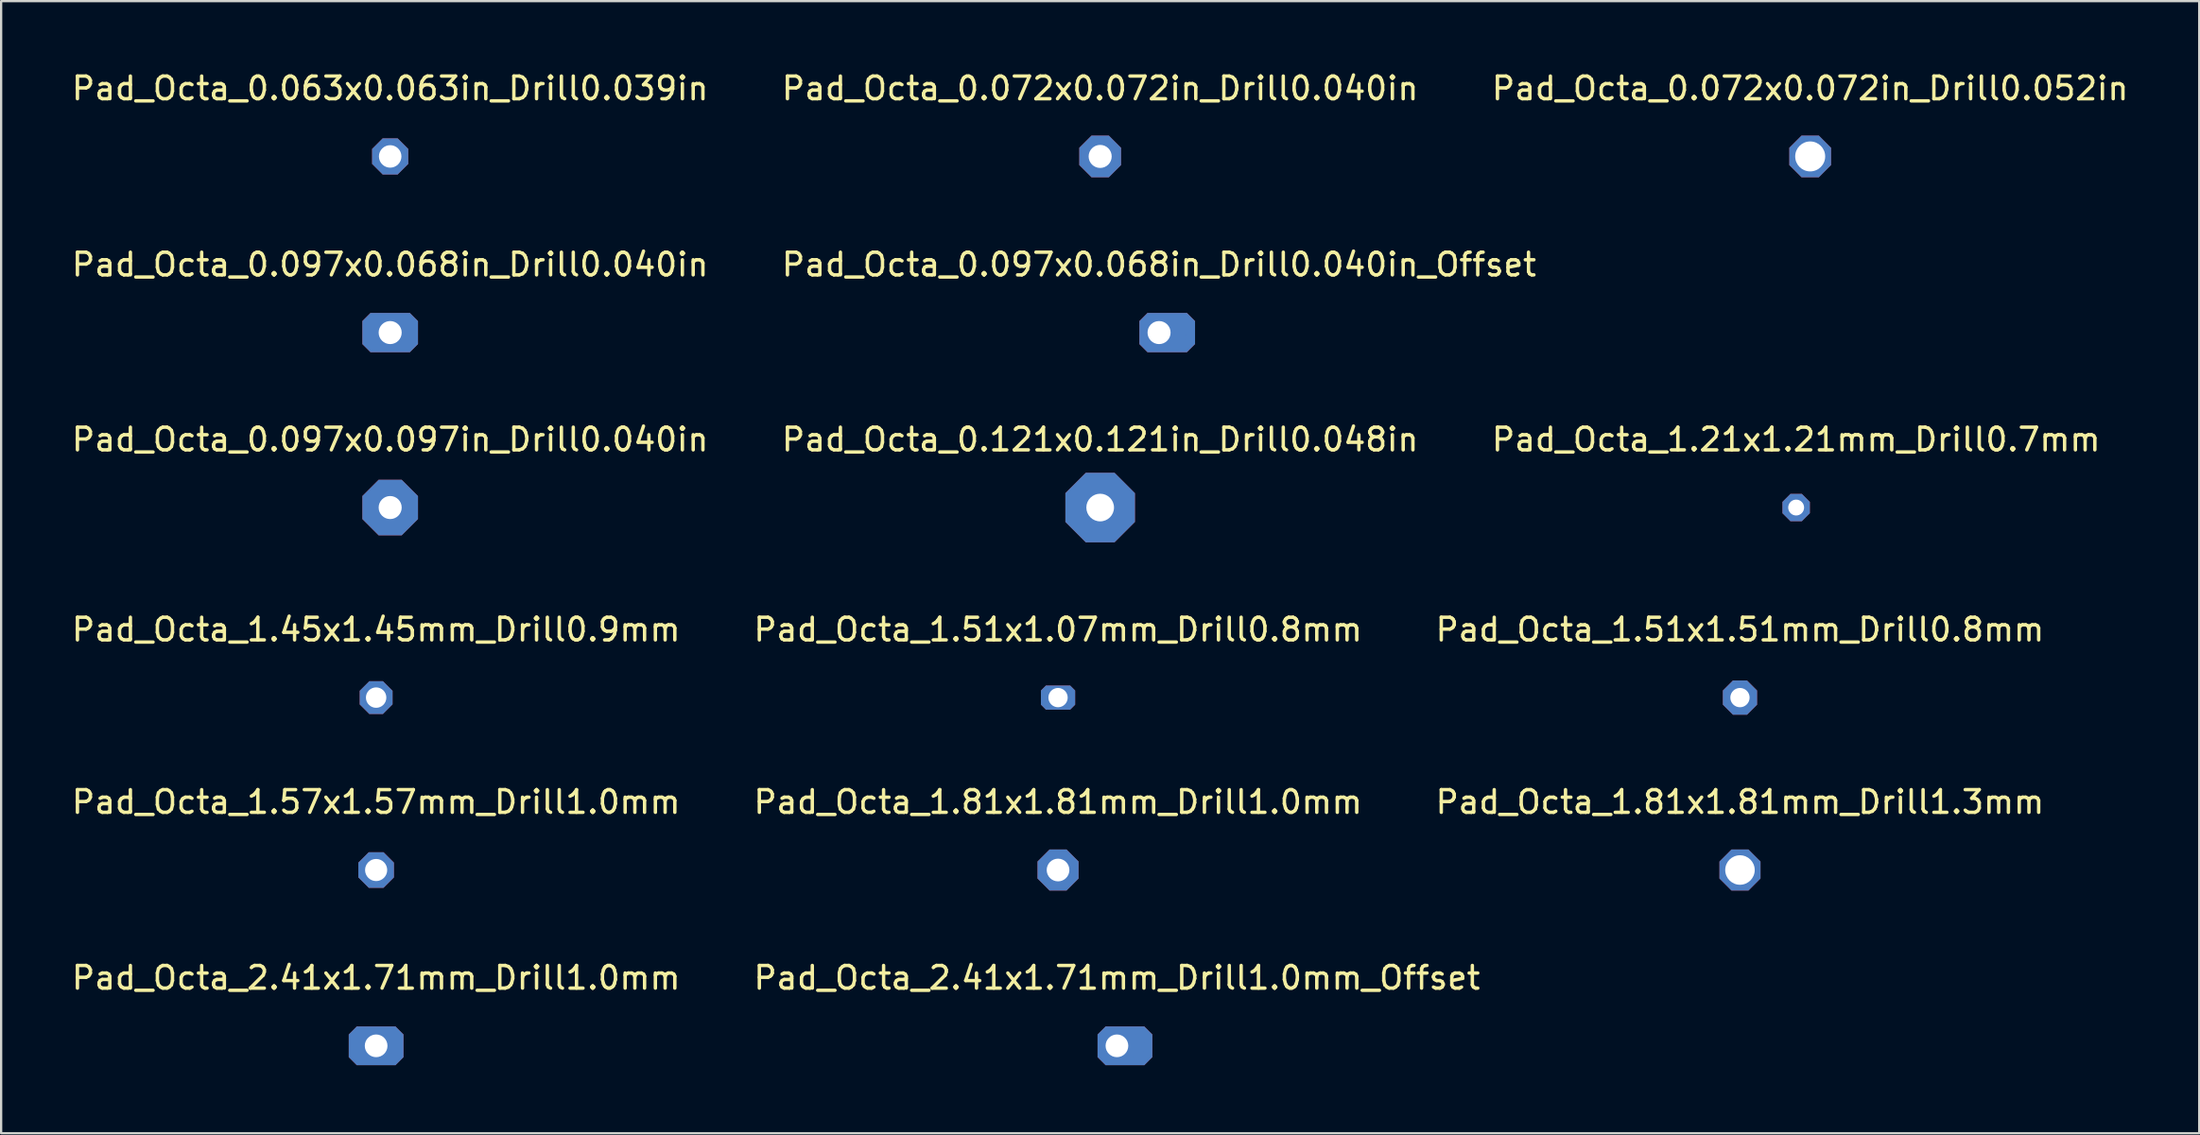
<source format=kicad_pcb>
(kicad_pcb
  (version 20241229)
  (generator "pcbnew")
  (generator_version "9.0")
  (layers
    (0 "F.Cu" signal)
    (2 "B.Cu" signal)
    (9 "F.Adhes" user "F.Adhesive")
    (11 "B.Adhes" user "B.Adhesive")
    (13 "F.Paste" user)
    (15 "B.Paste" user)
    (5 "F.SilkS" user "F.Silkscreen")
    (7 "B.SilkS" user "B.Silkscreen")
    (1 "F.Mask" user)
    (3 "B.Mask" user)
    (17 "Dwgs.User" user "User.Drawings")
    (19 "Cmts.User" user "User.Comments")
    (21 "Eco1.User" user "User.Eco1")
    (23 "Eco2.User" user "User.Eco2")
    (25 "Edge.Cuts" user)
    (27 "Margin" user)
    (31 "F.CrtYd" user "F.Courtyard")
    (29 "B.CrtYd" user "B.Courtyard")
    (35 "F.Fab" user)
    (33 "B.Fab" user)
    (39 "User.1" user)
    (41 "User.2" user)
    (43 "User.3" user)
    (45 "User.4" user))
  (footprint "Pad_Octa_0.097x0.068in_Drill0.040in_Offset"
    (layer "F.Cu")
    (at 48.042 11.616)
    (property "Reference" "Pad_Octa_0.097x0.068in_Drill0.040in_Offset" (at 0 -3 0) (layer "F.SilkS") (effects (font (size 1 1) (thickness 0.15))))
    (attr exclude_from_pos_files exclude_from_bom)
    (pad "1" thru_hole custom (at 0 0) (size 1.734 1.734) (drill 1.016) (layers "*.Cu" "*.Mask") (options (anchor circle)) (primitives (gr_poly (pts (xy 1.586 0.508) (xy 1.226 0.867) (xy -0.508 0.867) (xy -0.867 0.508) (xy -0.867 -0.508) (xy -0.508 -0.867) (xy 1.226 -0.867) (xy 1.586 -0.508)) (width 0) (fill yes))))
    (pad "1" connect circle (at 0.359 0) (size 1.016 1.016) (layers "F.Cu"))
    (pad "1" connect circle (at 0.359 0) (size 1.016 1.016) (layers "B.Cu"))
    (pad "1" connect circle (at 0.718 0) (size 1.016 1.016) (layers "F.Cu"))
    (pad "1" connect circle (at 0.718 0) (size 1.016 1.016) (layers "B.Cu")))
  (footprint "Pad_Octa_2.41x1.71mm_Drill1.0mm_Offset"
    (layer "F.Cu")
    (at 46.185 43.069)
    (property "Reference" "Pad_Octa_2.41x1.71mm_Drill1.0mm_Offset" (at 0 -3 0) (layer "F.SilkS") (effects (font (size 1 1) (thickness 0.15))))
    (attr exclude_from_pos_files exclude_from_bom)
    (pad "1" thru_hole custom (at 0 0) (size 1.707 1.707) (drill 1) (layers "*.Cu" "*.Mask") (options (anchor circle)) (primitives (gr_poly (pts (xy 1.561 0.5) (xy 1.207 0.854) (xy -0.5 0.854) (xy -0.854 0.5) (xy -0.854 -0.5) (xy -0.5 -0.854) (xy 1.207 -0.854) (xy 1.561 -0.5)) (width 0) (fill yes))))
    (pad "1" connect circle (at 0.354 0) (size 1 1) (layers "F.Cu"))
    (pad "1" connect circle (at 0.354 0) (size 1 1) (layers "B.Cu"))
    (pad "1" connect circle (at 0.707 0) (size 1 1) (layers "F.Cu"))
    (pad "1" connect circle (at 0.707 0) (size 1 1) (layers "B.Cu")))
  (footprint "Pad_Octa_1.81x1.81mm_Drill1.0mm"
    (layer "F.Cu")
    (at 43.589 35.316)
    (property "Reference" "Pad_Octa_1.81x1.81mm_Drill1.0mm" (at 0 -3 0) (layer "F.SilkS") (effects (font (size 1 1) (thickness 0.15))))
    (attr exclude_from_pos_files exclude_from_bom)
    (pad "1" thru_hole custom (at 0 0) (size 1.811 1.811) (drill 1) (layers "*.Cu" "*.Mask") (options (anchor circle)) (primitives (gr_poly (pts (xy 0.905 0.375) (xy 0.375 0.905) (xy -0.375 0.905) (xy -0.905 0.375) (xy -0.905 -0.375) (xy -0.375 -0.905) (xy 0.375 -0.905) (xy 0.905 -0.375)) (width 0) (fill yes)))))
  (footprint "Pad_Octa_1.57x1.57mm_Drill1.0mm"
    (layer "F.Cu")
    (at 13.53 35.316)
    (property "Reference" "Pad_Octa_1.57x1.57mm_Drill1.0mm" (at 0 -3 0) (layer "F.SilkS") (effects (font (size 1 1) (thickness 0.15))))
    (attr exclude_from_pos_files exclude_from_bom)
    (pad "1" thru_hole custom (at 0 0) (size 1.569 1.569) (drill 0.975) (layers "*.Cu" "*.Mask") (options (anchor circle)) (primitives (gr_poly (pts (xy 0.785 0.325) (xy 0.325 0.785) (xy -0.325 0.785) (xy -0.785 0.325) (xy -0.785 -0.325) (xy -0.325 -0.785) (xy 0.325 -0.785) (xy 0.785 -0.325)) (width 0) (fill yes)))))
  (footprint "Pad_Octa_1.51x1.51mm_Drill0.8mm"
    (layer "F.Cu")
    (at 73.649 27.713)
    (property "Reference" "Pad_Octa_1.51x1.51mm_Drill0.8mm" (at 0 -3 0) (layer "F.SilkS") (effects (font (size 1 1) (thickness 0.15))))
    (attr exclude_from_pos_files exclude_from_bom)
    (pad "1" thru_hole custom (at 0 0) (size 1.509 1.509) (drill 0.85) (layers "*.Cu" "*.Mask") (options (anchor circle)) (primitives (gr_poly (pts (xy 0.754 0.312) (xy 0.312 0.754) (xy -0.312 0.754) (xy -0.754 0.312) (xy -0.754 -0.312) (xy -0.312 -0.754) (xy 0.312 -0.754) (xy 0.754 -0.312)) (width 0) (fill yes)))))
  (footprint "Pad_Octa_1.21x1.21mm_Drill0.7mm"
    (layer "F.Cu")
    (at 76.125 19.332)
    (property "Reference" "Pad_Octa_1.21x1.21mm_Drill0.7mm" (at 0 -3 0) (layer "F.SilkS") (effects (font (size 1 1) (thickness 0.15))))
    (attr exclude_from_pos_files exclude_from_bom)
    (pad "1" thru_hole custom (at 0 0) (size 1.207 1.207) (drill 0.7) (layers "*.Cu" "*.Mask") (options (anchor circle)) (primitives (gr_poly (pts (xy 0.604 0.25) (xy 0.25 0.604) (xy -0.25 0.604) (xy -0.604 0.25) (xy -0.604 -0.25) (xy -0.25 -0.604) (xy 0.25 -0.604) (xy 0.604 -0.25)) (width 0) (fill yes)))))
  (footprint "Pad_Octa_0.072x0.072in_Drill0.052in"
    (layer "F.Cu")
    (at 76.744 3.848)
    (property "Reference" "Pad_Octa_0.072x0.072in_Drill0.052in" (at 0 -3 0) (layer "F.SilkS") (effects (font (size 1 1) (thickness 0.15))))
    (attr exclude_from_pos_files exclude_from_bom)
    (pad "1" thru_hole custom (at 0 0) (size 1.84 1.84) (drill 1.321) (layers "*.Cu" "*.Mask") (options (anchor circle)) (primitives (gr_poly (pts (xy 0.92 0.381) (xy 0.381 0.92) (xy -0.381 0.92) (xy -0.92 0.381) (xy -0.92 -0.381) (xy -0.381 -0.92) (xy 0.381 -0.92) (xy 0.92 -0.381)) (width 0) (fill yes)))))
  (footprint "Pad_Octa_2.41x1.71mm_Drill1.0mm"
    (layer "F.Cu")
    (at 13.53 43.069)
    (property "Reference" "Pad_Octa_2.41x1.71mm_Drill1.0mm" (at 0 -3 0) (layer "F.SilkS") (effects (font (size 1 1) (thickness 0.15))))
    (attr exclude_from_pos_files exclude_from_bom)
    (pad "1" connect circle (at -0.354 0) (size 1 1) (layers "F.Cu"))
    (pad "1" connect circle (at -0.354 0) (size 1 1) (layers "B.Cu"))
    (pad "1" thru_hole custom (at 0 0) (size 1.707 1.707) (drill 1) (layers "*.Cu" "*.Mask") (options (anchor circle)) (primitives (gr_poly (pts (xy 1.207 0.5) (xy 0.854 0.854) (xy -0.854 0.854) (xy -1.207 0.5) (xy -1.207 -0.5) (xy -0.854 -0.854) (xy 0.854 -0.854) (xy 1.207 -0.5)) (width 0) (fill yes))))
    (pad "1" connect circle (at 0.354 0) (size 1 1) (layers "F.Cu"))
    (pad "1" connect circle (at 0.354 0) (size 1 1) (layers "B.Cu")))
  (footprint "Pad_Octa_0.121x0.121in_Drill0.048in"
    (layer "F.Cu")
    (at 45.446 19.332)
    (property "Reference" "Pad_Octa_0.121x0.121in_Drill0.048in" (at 0 -3 0) (layer "F.SilkS") (effects (font (size 1 1) (thickness 0.15))))
    (attr exclude_from_pos_files exclude_from_bom)
    (pad "1" thru_hole custom (at 0 0) (size 3.066 3.066) (drill 1.219) (layers "*.Cu" "*.Mask") (options (anchor circle)) (primitives (gr_poly (pts (xy 1.533 0.635) (xy 0.635 1.533) (xy -0.635 1.533) (xy -1.533 0.635) (xy -1.533 -0.635) (xy -0.635 -1.533) (xy 0.635 -1.533) (xy 1.533 -0.635)) (width 0) (fill yes)))))
  (footprint "Pad_Octa_0.063x0.063in_Drill0.039in"
    (layer "F.Cu")
    (at 14.149 3.848)
    (property "Reference" "Pad_Octa_0.063x0.063in_Drill0.039in" (at 0 -3 0) (layer "F.SilkS") (effects (font (size 1 1) (thickness 0.15))))
    (attr exclude_from_pos_files exclude_from_bom)
    (pad "1" thru_hole custom (at 0 0) (size 1.594 1.594) (drill 0.991) (layers "*.Cu" "*.Mask") (options (anchor circle)) (primitives (gr_poly (pts (xy 0.797 0.33) (xy 0.33 0.797) (xy -0.33 0.797) (xy -0.797 0.33) (xy -0.797 -0.33) (xy -0.33 -0.797) (xy 0.33 -0.797) (xy 0.797 -0.33)) (width 0) (fill yes)))))
  (footprint "Pad_Octa_0.097x0.097in_Drill0.040in"
    (layer "F.Cu")
    (at 14.149 19.332)
    (property "Reference" "Pad_Octa_0.097x0.097in_Drill0.040in" (at 0 -3 0) (layer "F.SilkS") (effects (font (size 1 1) (thickness 0.15))))
    (attr exclude_from_pos_files exclude_from_bom)
    (pad "1" thru_hole custom (at 0 0) (size 2.453 2.453) (drill 1.016) (layers "*.Cu" "*.Mask") (options (anchor circle)) (primitives (gr_poly (pts (xy 1.226 0.508) (xy 0.508 1.226) (xy -0.508 1.226) (xy -1.226 0.508) (xy -1.226 -0.508) (xy -0.508 -1.226) (xy 0.508 -1.226) (xy 1.226 -0.508)) (width 0) (fill yes)))))
  (footprint "Pad_Octa_0.097x0.068in_Drill0.040in"
    (layer "F.Cu")
    (at 14.149 11.616)
    (property "Reference" "Pad_Octa_0.097x0.068in_Drill0.040in" (at 0 -3 0) (layer "F.SilkS") (effects (font (size 1 1) (thickness 0.15))))
    (attr exclude_from_pos_files exclude_from_bom)
    (pad "1" connect circle (at -0.359 0) (size 1.016 1.016) (layers "F.Cu"))
    (pad "1" connect circle (at -0.359 0) (size 1.016 1.016) (layers "B.Cu"))
    (pad "1" thru_hole custom (at 0 0) (size 1.734 1.734) (drill 1.016) (layers "*.Cu" "*.Mask") (options (anchor circle)) (primitives (gr_poly (pts (xy 1.226 0.508) (xy 0.867 0.867) (xy -0.867 0.867) (xy -1.226 0.508) (xy -1.226 -0.508) (xy -0.867 -0.867) (xy 0.867 -0.867) (xy 1.226 -0.508)) (width 0) (fill yes))))
    (pad "1" connect circle (at 0.359 0) (size 1.016 1.016) (layers "F.Cu"))
    (pad "1" connect circle (at 0.359 0) (size 1.016 1.016) (layers "B.Cu")))
  (footprint "Pad_Octa_1.45x1.45mm_Drill0.9mm"
    (layer "F.Cu")
    (at 13.53 27.713)
    (property "Reference" "Pad_Octa_1.45x1.45mm_Drill0.9mm" (at 0 -3 0) (layer "F.SilkS") (effects (font (size 1 1) (thickness 0.15))))
    (attr exclude_from_pos_files exclude_from_bom)
    (pad "1" thru_hole custom (at 0 0) (size 1.449 1.449) (drill 0.9) (layers "*.Cu" "*.Mask") (options (anchor circle)) (primitives (gr_poly (pts (xy 0.724 0.3) (xy 0.3 0.724) (xy -0.3 0.724) (xy -0.724 0.3) (xy -0.724 -0.3) (xy -0.3 -0.724) (xy 0.3 -0.724) (xy 0.724 -0.3)) (width 0) (fill yes)))))
  (footprint "Pad_Octa_0.072x0.072in_Drill0.040in"
    (layer "F.Cu")
    (at 45.446 3.848)
    (property "Reference" "Pad_Octa_0.072x0.072in_Drill0.040in" (at 0 -3 0) (layer "F.SilkS") (effects (font (size 1 1) (thickness 0.15))))
    (attr exclude_from_pos_files exclude_from_bom)
    (pad "1" thru_hole custom (at 0 0) (size 1.84 1.84) (drill 1.016) (layers "*.Cu" "*.Mask") (options (anchor circle)) (primitives (gr_poly (pts (xy 0.92 0.381) (xy 0.381 0.92) (xy -0.381 0.92) (xy -0.92 0.381) (xy -0.92 -0.381) (xy -0.381 -0.92) (xy 0.381 -0.92) (xy 0.92 -0.381)) (width 0) (fill yes)))))
  (footprint "Pad_Octa_1.51x1.07mm_Drill0.8mm"
    (layer "F.Cu")
    (at 43.589 27.713)
    (property "Reference" "Pad_Octa_1.51x1.07mm_Drill0.8mm" (at 0 -3 0) (layer "F.SilkS") (effects (font (size 1 1) (thickness 0.15))))
    (attr exclude_from_pos_files exclude_from_bom)
    (pad "1" connect circle (at -0.221 0) (size 0.85 0.85) (layers "F.Cu"))
    (pad "1" connect circle (at -0.221 0) (size 0.85 0.85) (layers "B.Cu"))
    (pad "1" thru_hole custom (at 0 0) (size 1.067 1.067) (drill 0.85) (layers "*.Cu" "*.Mask") (options (anchor circle)) (primitives (gr_poly (pts (xy 0.754 0.313) (xy 0.533 0.533) (xy -0.533 0.533) (xy -0.754 0.313) (xy -0.754 -0.313) (xy -0.533 -0.533) (xy 0.533 -0.533) (xy 0.754 -0.313)) (width 0) (fill yes))))
    (pad "1" connect circle (at 0.221 0) (size 0.85 0.85) (layers "F.Cu"))
    (pad "1" connect circle (at 0.221 0) (size 0.85 0.85) (layers "B.Cu")))
  (footprint "Pad_Octa_1.81x1.81mm_Drill1.3mm"
    (layer "F.Cu")
    (at 73.649 35.316)
    (property "Reference" "Pad_Octa_1.81x1.81mm_Drill1.3mm" (at 0 -3 0) (layer "F.SilkS") (effects (font (size 1 1) (thickness 0.15))))
    (attr exclude_from_pos_files exclude_from_bom)
    (pad "1" thru_hole custom (at 0 0) (size 1.811 1.811) (drill 1.3) (layers "*.Cu" "*.Mask") (options (anchor circle)) (primitives (gr_poly (pts (xy 0.905 0.375) (xy 0.375 0.905) (xy -0.375 0.905) (xy -0.905 0.375) (xy -0.905 -0.375) (xy -0.375 -0.905) (xy 0.375 -0.905) (xy 0.905 -0.375)) (width 0) (fill yes)))))
  (gr_rect
    (start -3 -3)
    (end 93.893 46.923)
    (stroke (width 0.1) (type default))
    (fill no)
    (layer "Edge.Cuts")))
</source>
